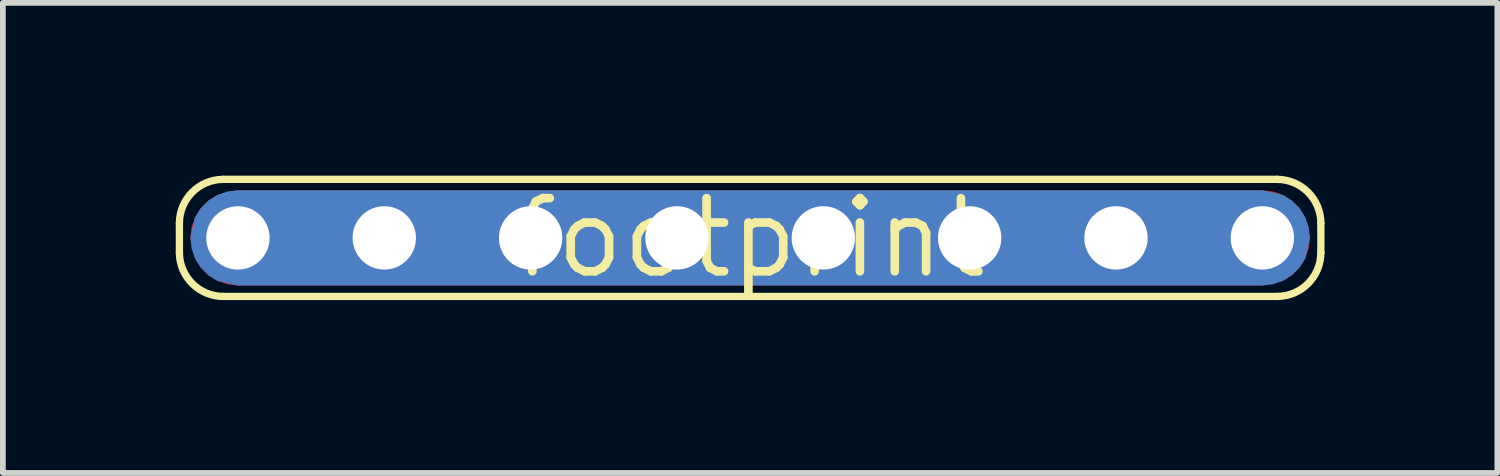
<source format=kicad_pcb>
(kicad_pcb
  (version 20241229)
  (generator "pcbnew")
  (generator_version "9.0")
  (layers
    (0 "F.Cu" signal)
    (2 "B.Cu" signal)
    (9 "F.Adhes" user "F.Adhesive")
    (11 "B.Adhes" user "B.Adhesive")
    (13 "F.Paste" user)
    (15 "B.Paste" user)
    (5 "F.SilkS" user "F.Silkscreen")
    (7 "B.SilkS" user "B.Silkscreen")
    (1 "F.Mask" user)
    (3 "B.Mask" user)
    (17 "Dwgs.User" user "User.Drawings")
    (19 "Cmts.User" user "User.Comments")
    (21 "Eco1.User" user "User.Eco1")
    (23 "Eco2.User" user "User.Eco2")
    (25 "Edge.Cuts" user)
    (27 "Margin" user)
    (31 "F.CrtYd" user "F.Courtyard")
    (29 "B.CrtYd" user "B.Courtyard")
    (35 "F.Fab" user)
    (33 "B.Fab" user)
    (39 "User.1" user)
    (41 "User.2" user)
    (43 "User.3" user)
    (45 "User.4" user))
  (footprint "footprint"
    (layer "F.Cu")
    (at 9.97 1.079)
    (property "Reference" "footprint" (at 0 0 0) (layer "F.SilkS") (effects (font (size 1.27 1.27) (thickness 0.15))))
    (fp_poly (pts (xy 9.074 -0.805) (xy 9.248 -0.744) (xy 9.405 -0.646) (xy 9.536 -0.515) (xy 9.636 -0.355) (xy 9.716 -0.004) (xy 9.695 0.184) (xy 9.634 0.358) (xy 9.536 0.515) (xy 9.405 0.646) (xy 9.245 0.746) (xy 8.897 0.826) (xy -8.894 0.826) (xy -9.074 0.805) (xy -9.248 0.744) (xy -9.405 0.646) (xy -9.536 0.515) (xy -9.636 0.355) (xy -9.716 0.004) (xy -9.695 -0.184) (xy -9.634 -0.358) (xy -9.536 -0.515) (xy -9.405 -0.646) (xy -9.245 -0.746) (xy -8.897 -0.826) (xy 8.894 -0.826)) (stroke (width 0) (type solid)) (fill yes) (layer "F.Cu"))
    (fp_poly (pts (xy 9.372 -0.873) (xy 9.532 -0.773) (xy 9.663 -0.642) (xy 9.761 -0.485) (xy 9.822 -0.311) (xy 9.836 -0.191) (xy 9.842 -0.191) (xy 9.842 0.134) (xy 9.763 0.482) (xy 9.663 0.642) (xy 9.532 0.773) (xy 9.375 0.871) (xy 9.201 0.932) (xy 9.081 0.946) (xy 9.081 0.953) (xy -9.024 0.953) (xy -9.372 0.873) (xy -9.532 0.773) (xy -9.663 0.642) (xy -9.761 0.485) (xy -9.822 0.311) (xy -9.842 0.134) (xy -9.779 0.127) (xy -9.716 0.127) (xy -9.716 0.064) (xy -9.842 0.064) (xy -9.842 -0.134) (xy -9.763 -0.482) (xy -9.663 -0.642) (xy -9.532 -0.773) (xy -9.375 -0.871) (xy -9.201 -0.932) (xy -9.024 -0.952) (xy -9.017 -0.889) (xy -9.017 -0.826) (xy -8.954 -0.826) (xy -8.954 -0.953) (xy 9.024 -0.953)) (stroke (width 0) (type solid)) (fill yes) (layer "F.Mask"))
    (fp_poly (pts (xy 9.245 -0.746) (xy 9.405 -0.646) (xy 9.536 -0.515) (xy 9.634 -0.358) (xy 9.695 -0.184) (xy 9.716 0.004) (xy 9.636 0.355) (xy 9.536 0.515) (xy 9.405 0.646) (xy 9.248 0.744) (xy 9.074 0.805) (xy 8.894 0.826) (xy -8.897 0.826) (xy -9.245 0.746) (xy -9.405 0.646) (xy -9.536 0.515) (xy -9.634 0.358) (xy -9.695 0.184) (xy -9.716 -0.004) (xy -9.636 -0.355) (xy -9.536 -0.515) (xy -9.405 -0.646) (xy -9.248 -0.744) (xy -9.074 -0.805) (xy -8.894 -0.826) (xy 8.897 -0.826)) (stroke (width 0) (type solid)) (fill yes) (layer "B.Cu"))
    (fp_poly (pts (xy 9.081 -0.946) (xy 9.201 -0.932) (xy 9.375 -0.871) (xy 9.532 -0.773) (xy 9.663 -0.642) (xy 9.763 -0.482) (xy 9.842 -0.134) (xy 9.842 0.064) (xy 9.716 0.064) (xy 9.716 0.127) (xy 9.779 0.127) (xy 9.842 0.134) (xy 9.822 0.311) (xy 9.761 0.485) (xy 9.663 0.642) (xy 9.532 0.773) (xy 9.372 0.873) (xy 9.024 0.953) (xy -8.954 0.953) (xy -8.954 0.826) (xy -9.017 0.826) (xy -9.017 0.889) (xy -9.024 0.952) (xy -9.201 0.932) (xy -9.375 0.871) (xy -9.532 0.773) (xy -9.663 0.642) (xy -9.763 0.482) (xy -9.842 0.134) (xy -9.842 -0.191) (xy -9.836 -0.191) (xy -9.822 -0.311) (xy -9.761 -0.485) (xy -9.663 -0.642) (xy -9.532 -0.773) (xy -9.372 -0.873) (xy -9.024 -0.953) (xy 9.081 -0.953)) (stroke (width 0) (type solid)) (fill yes) (layer "B.Mask"))
    (fp_line (start -9.906 0.254) (end -9.906 -0.254) (stroke (width 0.127) (type solid)) (layer "F.SilkS"))
    (fp_line (start -9.144 -1.016) (end 9.144 -1.016) (stroke (width 0.127) (type solid)) (layer "F.SilkS"))
    (fp_line (start 9.144 1.016) (end -9.144 1.016) (stroke (width 0.127) (type solid)) (layer "F.SilkS"))
    (fp_line (start 9.906 -0.254) (end 9.906 0.254) (stroke (width 0.127) (type solid)) (layer "F.SilkS"))
    (fp_arc (start -9.906 -0.254) (mid -9.682815 -0.792815) (end -9.143999 -1.015999) (stroke (width 0.127) (type solid)) (layer "F.SilkS"))
    (fp_arc (start -9.144 1.016) (mid -9.682816 0.792815) (end -9.906001 0.253999) (stroke (width 0.127) (type solid)) (layer "F.SilkS"))
    (fp_arc (start 9.144 -1.016) (mid 9.682816 -0.792815) (end 9.906001 -0.253999) (stroke (width 0.127) (type solid)) (layer "F.SilkS"))
    (fp_arc (start 9.906 0.254) (mid 9.682815 0.792815) (end 9.143999 1.015999) (stroke (width 0.127) (type solid)) (layer "F.SilkS"))
    (pad "" np_thru_hole circle (at -8.89 0) (size 1.1 1.1) (drill 1.1) (layers "*.Cu" "*.Mask"))
    (pad "" np_thru_hole circle (at -6.35 0) (size 1.1 1.1) (drill 1.1) (layers "*.Cu" "*.Mask"))
    (pad "" np_thru_hole circle (at -3.81 0) (size 1.1 1.1) (drill 1.1) (layers "*.Cu" "*.Mask"))
    (pad "" np_thru_hole circle (at -1.27 0) (size 1.1 1.1) (drill 1.1) (layers "*.Cu" "*.Mask"))
    (pad "" np_thru_hole circle (at 1.27 0) (size 1.1 1.1) (drill 1.1) (layers "*.Cu" "*.Mask"))
    (pad "" np_thru_hole circle (at 3.81 0) (size 1.1 1.1) (drill 1.1) (layers "*.Cu" "*.Mask"))
    (pad "" np_thru_hole circle (at 6.35 0) (size 1.1 1.1) (drill 1.1) (layers "*.Cu" "*.Mask"))
    (pad "" np_thru_hole circle (at 8.89 0) (size 1.1 1.1) (drill 1.1) (layers "*.Cu" "*.Mask")))
  (gr_rect
    (start -3 -3)
    (end 22.939 5.159)
    (stroke (width 0.1) (type default))
    (fill no)
    (layer "Edge.Cuts")))
</source>
